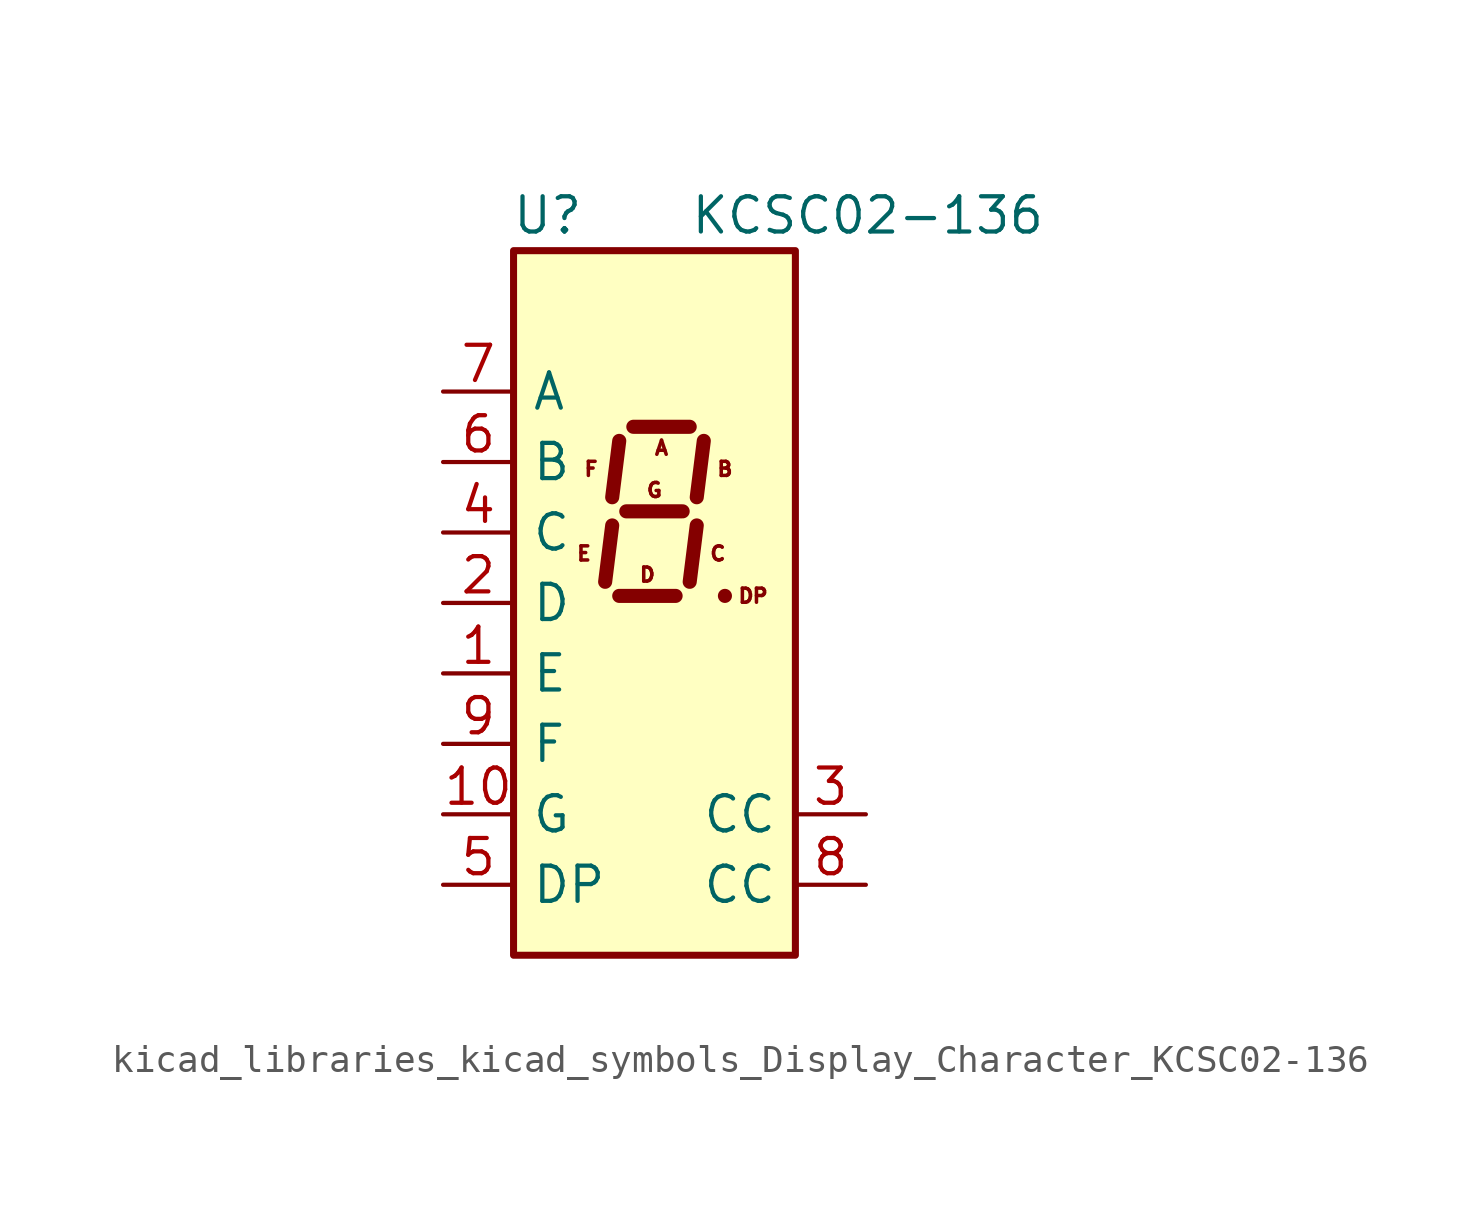
<source format=kicad_sym>
(kicad_symbol_lib
  (version 20220914)
  (generator kicad_symbol_editor)
  (symbol "kicad_libraries_kicad_symbols_Display_Character_KCSC02-136"
    (pin_names
      (offset 0.635))
    (property "Reference" "U"
      (at -2.54 13.97 0)
      (effects (font (size 1.27 1.27)) (justify right)))
    (property "Value" "KCSC02-136"
      (at 1.27 13.97 0)
      (effects (font (size 1.27 1.27)) (justify left)))
    (symbol "kicad_libraries_kicad_symbols_Display_Character_KCSC02-136_0_0"
      (text "A" (at 0.254 5.588 0) (effects (font (size 0.508 0.508))))
      (text "B" (at 2.54 4.826 0) (effects (font (size 0.508 0.508))))
      (text "C" (at 2.286 1.778 0) (effects (font (size 0.508 0.508))))
      (text "D" (at -0.254 1.016 0) (effects (font (size 0.508 0.508))))
      (text "DP" (at 3.556 0.254 0) (effects (font (size 0.508 0.508))))
      (text "E" (at -2.54 1.778 0) (effects (font (size 0.508 0.508))))
      (text "F" (at -2.286 4.826 0) (effects (font (size 0.508 0.508))))
      (text "G" (at 0 4.064 0) (effects (font (size 0.508 0.508)))))
    (symbol "kicad_libraries_kicad_symbols_Display_Character_KCSC02-136_0_1"
      (rectangle (start -5.08 12.7) (end 5.08 -12.7) (stroke (width 0.254) (type default)) (fill (type background)))
      (polyline (pts (xy -1.524 2.794) (xy -1.778 0.762)) (stroke (width 0.508) (type default)) (fill (type none)))
      (polyline (pts (xy -1.27 0.254) (xy 0.762 0.254)) (stroke (width 0.508) (type default)) (fill (type none)))
      (polyline (pts (xy -1.27 5.842) (xy -1.524 3.81)) (stroke (width 0.508) (type default)) (fill (type none)))
      (polyline (pts (xy -1.016 3.302) (xy 1.016 3.302)) (stroke (width 0.508) (type default)) (fill (type none)))
      (polyline (pts (xy -0.762 6.35) (xy 1.27 6.35)) (stroke (width 0.508) (type default)) (fill (type none)))
      (polyline (pts (xy 1.524 2.794) (xy 1.27 0.762)) (stroke (width 0.508) (type default)) (fill (type none)))
      (polyline (pts (xy 1.778 5.842) (xy 1.524 3.81)) (stroke (width 0.508) (type default)) (fill (type none)))
      (polyline (pts (xy 2.54 0.254) (xy 2.54 0.254)) (stroke (width 0.508) (type default)) (fill (type none))))
    (symbol "kicad_libraries_kicad_symbols_Display_Character_KCSC02-136_1_1"
      (pin input line (at -7.62 -2.54 0) (length 2.54) (name "E" (effects (font (size 1.27 1.27)))) (number "1" (effects (font (size 1.27 1.27)))))
      (pin input line (at -7.62 -7.62 0) (length 2.54) (name "G" (effects (font (size 1.27 1.27)))) (number "10" (effects (font (size 1.27 1.27)))))
      (pin input line (at -7.62 0 0) (length 2.54) (name "D" (effects (font (size 1.27 1.27)))) (number "2" (effects (font (size 1.27 1.27)))))
      (pin input line (at 7.62 -7.62 180) (length 2.54) (name "CC" (effects (font (size 1.27 1.27)))) (number "3" (effects (font (size 1.27 1.27)))))
      (pin input line (at -7.62 2.54 0) (length 2.54) (name "C" (effects (font (size 1.27 1.27)))) (number "4" (effects (font (size 1.27 1.27)))))
      (pin input line (at -7.62 -10.16 0) (length 2.54) (name "DP" (effects (font (size 1.27 1.27)))) (number "5" (effects (font (size 1.27 1.27)))))
      (pin input line (at -7.62 5.08 0) (length 2.54) (name "B" (effects (font (size 1.27 1.27)))) (number "6" (effects (font (size 1.27 1.27)))))
      (pin input line (at -7.62 7.62 0) (length 2.54) (name "A" (effects (font (size 1.27 1.27)))) (number "7" (effects (font (size 1.27 1.27)))))
      (pin input line (at 7.62 -10.16 180) (length 2.54) (name "CC" (effects (font (size 1.27 1.27)))) (number "8" (effects (font (size 1.27 1.27)))))
      (pin input line (at -7.62 -5.08 0) (length 2.54) (name "F" (effects (font (size 1.27 1.27)))) (number "9" (effects (font (size 1.27 1.27))))))))
</source>
